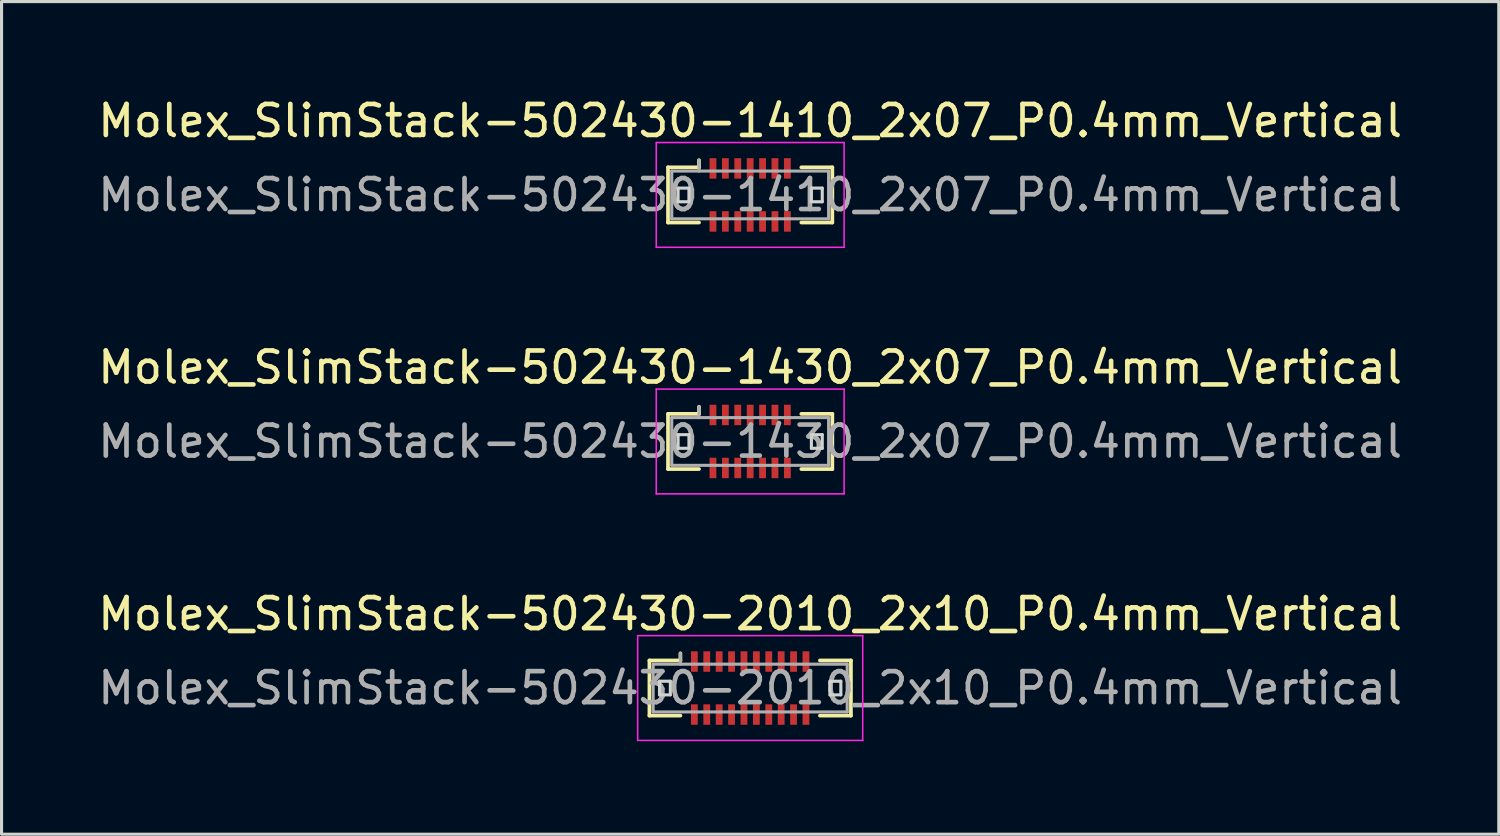
<source format=kicad_pcb>
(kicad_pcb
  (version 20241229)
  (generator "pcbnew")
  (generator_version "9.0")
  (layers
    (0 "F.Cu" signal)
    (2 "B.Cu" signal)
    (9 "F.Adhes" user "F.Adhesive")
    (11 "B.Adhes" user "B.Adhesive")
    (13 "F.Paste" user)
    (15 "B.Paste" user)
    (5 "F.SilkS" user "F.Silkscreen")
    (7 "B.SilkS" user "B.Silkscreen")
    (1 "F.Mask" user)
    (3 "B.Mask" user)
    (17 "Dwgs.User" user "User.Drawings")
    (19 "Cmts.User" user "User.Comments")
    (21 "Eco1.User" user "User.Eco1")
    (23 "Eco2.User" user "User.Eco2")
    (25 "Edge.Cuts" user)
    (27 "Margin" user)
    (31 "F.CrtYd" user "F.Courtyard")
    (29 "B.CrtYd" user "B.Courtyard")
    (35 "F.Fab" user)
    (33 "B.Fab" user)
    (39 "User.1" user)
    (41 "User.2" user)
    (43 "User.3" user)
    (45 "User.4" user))
  (footprint "Molex_SlimStack-502430-1410_2x07_P0.4mm_Vertical"
    (layer "F.Cu")
    (at 21.149 3.238)
    (property "Reference" "Molex_SlimStack-502430-1410_2x07_P0.4mm_Vertical" (at 0 -2.39 0) (layer "F.SilkS") (effects (font (size 1 1) (thickness 0.15))))
    (attr smd)
    (fp_line (start -2.65 -0.89) (end -1.65 -0.89) (stroke (width 0.12) (type solid)) (layer "F.SilkS"))
    (fp_line (start -2.65 0.89) (end -2.65 -0.89) (stroke (width 0.12) (type solid)) (layer "F.SilkS"))
    (fp_line (start -1.65 -0.89) (end -1.65 -1.12) (stroke (width 0.12) (type solid)) (layer "F.SilkS"))
    (fp_line (start -1.65 0.89) (end -2.65 0.89) (stroke (width 0.12) (type solid)) (layer "F.SilkS"))
    (fp_line (start 1.65 0.89) (end 2.65 0.89) (stroke (width 0.12) (type solid)) (layer "F.SilkS"))
    (fp_line (start 2.65 -0.89) (end 1.65 -0.89) (stroke (width 0.12) (type solid)) (layer "F.SilkS"))
    (fp_line (start 2.65 0.89) (end 2.65 -0.89) (stroke (width 0.12) (type solid)) (layer "F.SilkS"))
    (fp_line (start -2.325 -0.22) (end -2.325 0.22) (stroke (width 0.1) (type solid)) (layer "Edge.Cuts"))
    (fp_line (start -2.325 0.22) (end -1.975 0.22) (stroke (width 0.1) (type solid)) (layer "Edge.Cuts"))
    (fp_line (start -1.975 -0.22) (end -2.325 -0.22) (stroke (width 0.1) (type solid)) (layer "Edge.Cuts"))
    (fp_line (start -1.975 0.22) (end -1.975 -0.22) (stroke (width 0.1) (type solid)) (layer "Edge.Cuts"))
    (fp_line (start 1.975 -0.22) (end 1.975 0.22) (stroke (width 0.1) (type solid)) (layer "Edge.Cuts"))
    (fp_line (start 1.975 0.22) (end 2.325 0.22) (stroke (width 0.1) (type solid)) (layer "Edge.Cuts"))
    (fp_line (start 2.325 -0.22) (end 1.975 -0.22) (stroke (width 0.1) (type solid)) (layer "Edge.Cuts"))
    (fp_line (start 2.325 0.22) (end 2.325 -0.22) (stroke (width 0.1) (type solid)) (layer "Edge.Cuts"))
    (fp_line (start -3.03 -1.69) (end -3.03 1.69) (stroke (width 0.05) (type solid)) (layer "F.CrtYd"))
    (fp_line (start -3.03 1.69) (end 3.03 1.69) (stroke (width 0.05) (type solid)) (layer "F.CrtYd"))
    (fp_line (start 3.03 -1.69) (end -3.03 -1.69) (stroke (width 0.05) (type solid)) (layer "F.CrtYd"))
    (fp_line (start 3.03 1.69) (end 3.03 -1.69) (stroke (width 0.05) (type solid)) (layer "F.CrtYd"))
    (fp_line (start -2.53 -0.77) (end -2.53 0.77) (stroke (width 0.1) (type solid)) (layer "F.Fab"))
    (fp_line (start -2.53 0.77) (end 2.53 0.77) (stroke (width 0.1) (type solid)) (layer "F.Fab"))
    (fp_line (start -1.65 -0.77) (end -1.65 -1.12) (stroke (width 0.1) (type solid)) (layer "F.Fab"))
    (fp_line (start 2.53 -0.77) (end -2.53 -0.77) (stroke (width 0.1) (type solid)) (layer "F.Fab"))
    (fp_line (start 2.53 0.77) (end 2.53 -0.77) (stroke (width 0.1) (type solid)) (layer "F.Fab"))
    (fp_text user "${REFERENCE}" (at 0 0 0) (layer "F.Fab") (effects (font (size 1 1) (thickness 0.15))))
    (pad "1" smd rect (at -1.2 -0.855) (size 0.22 0.66) (layers "F.Cu" "F.Mask" "F.Paste"))
    (pad "2" smd rect (at -1.2 0.855) (size 0.22 0.66) (layers "F.Cu" "F.Mask" "F.Paste"))
    (pad "3" smd rect (at -0.8 -0.855) (size 0.22 0.66) (layers "F.Cu" "F.Mask" "F.Paste"))
    (pad "4" smd rect (at -0.8 0.855) (size 0.22 0.66) (layers "F.Cu" "F.Mask" "F.Paste"))
    (pad "5" smd rect (at -0.4 -0.855) (size 0.22 0.66) (layers "F.Cu" "F.Mask" "F.Paste"))
    (pad "6" smd rect (at -0.4 0.855) (size 0.22 0.66) (layers "F.Cu" "F.Mask" "F.Paste"))
    (pad "7" smd rect (at 0 -0.855) (size 0.22 0.66) (layers "F.Cu" "F.Mask" "F.Paste"))
    (pad "8" smd rect (at 0 0.855) (size 0.22 0.66) (layers "F.Cu" "F.Mask" "F.Paste"))
    (pad "9" smd rect (at 0.4 -0.855) (size 0.22 0.66) (layers "F.Cu" "F.Mask" "F.Paste"))
    (pad "10" smd rect (at 0.4 0.855) (size 0.22 0.66) (layers "F.Cu" "F.Mask" "F.Paste"))
    (pad "11" smd rect (at 0.8 -0.855) (size 0.22 0.66) (layers "F.Cu" "F.Mask" "F.Paste"))
    (pad "12" smd rect (at 0.8 0.855) (size 0.22 0.66) (layers "F.Cu" "F.Mask" "F.Paste"))
    (pad "13" smd rect (at 1.2 -0.855) (size 0.22 0.66) (layers "F.Cu" "F.Mask" "F.Paste"))
    (pad "14" smd rect (at 1.2 0.855) (size 0.22 0.66) (layers "F.Cu" "F.Mask" "F.Paste")))
  (footprint "Molex_SlimStack-502430-2010_2x10_P0.4mm_Vertical"
    (layer "F.Cu")
    (at 21.149 19.145)
    (property "Reference" "Molex_SlimStack-502430-2010_2x10_P0.4mm_Vertical" (at 0 -2.39 0) (layer "F.SilkS") (effects (font (size 1 1) (thickness 0.15))))
    (attr smd)
    (fp_line (start -3.25 -0.89) (end -2.25 -0.89) (stroke (width 0.12) (type solid)) (layer "F.SilkS"))
    (fp_line (start -3.25 0.89) (end -3.25 -0.89) (stroke (width 0.12) (type solid)) (layer "F.SilkS"))
    (fp_line (start -2.25 -0.89) (end -2.25 -1.12) (stroke (width 0.12) (type solid)) (layer "F.SilkS"))
    (fp_line (start -2.25 0.89) (end -3.25 0.89) (stroke (width 0.12) (type solid)) (layer "F.SilkS"))
    (fp_line (start 2.25 0.89) (end 3.25 0.89) (stroke (width 0.12) (type solid)) (layer "F.SilkS"))
    (fp_line (start 3.25 -0.89) (end 2.25 -0.89) (stroke (width 0.12) (type solid)) (layer "F.SilkS"))
    (fp_line (start 3.25 0.89) (end 3.25 -0.89) (stroke (width 0.12) (type solid)) (layer "F.SilkS"))
    (fp_line (start -2.925 -0.22) (end -2.925 0.22) (stroke (width 0.1) (type solid)) (layer "Edge.Cuts"))
    (fp_line (start -2.925 0.22) (end -2.575 0.22) (stroke (width 0.1) (type solid)) (layer "Edge.Cuts"))
    (fp_line (start -2.575 -0.22) (end -2.925 -0.22) (stroke (width 0.1) (type solid)) (layer "Edge.Cuts"))
    (fp_line (start -2.575 0.22) (end -2.575 -0.22) (stroke (width 0.1) (type solid)) (layer "Edge.Cuts"))
    (fp_line (start 2.575 -0.22) (end 2.575 0.22) (stroke (width 0.1) (type solid)) (layer "Edge.Cuts"))
    (fp_line (start 2.575 0.22) (end 2.925 0.22) (stroke (width 0.1) (type solid)) (layer "Edge.Cuts"))
    (fp_line (start 2.925 -0.22) (end 2.575 -0.22) (stroke (width 0.1) (type solid)) (layer "Edge.Cuts"))
    (fp_line (start 2.925 0.22) (end 2.925 -0.22) (stroke (width 0.1) (type solid)) (layer "Edge.Cuts"))
    (fp_line (start -3.63 -1.69) (end -3.63 1.69) (stroke (width 0.05) (type solid)) (layer "F.CrtYd"))
    (fp_line (start -3.63 1.69) (end 3.63 1.69) (stroke (width 0.05) (type solid)) (layer "F.CrtYd"))
    (fp_line (start 3.63 -1.69) (end -3.63 -1.69) (stroke (width 0.05) (type solid)) (layer "F.CrtYd"))
    (fp_line (start 3.63 1.69) (end 3.63 -1.69) (stroke (width 0.05) (type solid)) (layer "F.CrtYd"))
    (fp_line (start -3.13 -0.77) (end -3.13 0.77) (stroke (width 0.1) (type solid)) (layer "F.Fab"))
    (fp_line (start -3.13 0.77) (end 3.13 0.77) (stroke (width 0.1) (type solid)) (layer "F.Fab"))
    (fp_line (start -2.25 -0.77) (end -2.25 -1.12) (stroke (width 0.1) (type solid)) (layer "F.Fab"))
    (fp_line (start 3.13 -0.77) (end -3.13 -0.77) (stroke (width 0.1) (type solid)) (layer "F.Fab"))
    (fp_line (start 3.13 0.77) (end 3.13 -0.77) (stroke (width 0.1) (type solid)) (layer "F.Fab"))
    (fp_text user "${REFERENCE}" (at 0 0 0) (layer "F.Fab") (effects (font (size 1 1) (thickness 0.15))))
    (pad "1" smd rect (at -1.8 -0.855) (size 0.22 0.66) (layers "F.Cu" "F.Mask" "F.Paste"))
    (pad "2" smd rect (at -1.8 0.855) (size 0.22 0.66) (layers "F.Cu" "F.Mask" "F.Paste"))
    (pad "3" smd rect (at -1.4 -0.855) (size 0.22 0.66) (layers "F.Cu" "F.Mask" "F.Paste"))
    (pad "4" smd rect (at -1.4 0.855) (size 0.22 0.66) (layers "F.Cu" "F.Mask" "F.Paste"))
    (pad "5" smd rect (at -1 -0.855) (size 0.22 0.66) (layers "F.Cu" "F.Mask" "F.Paste"))
    (pad "6" smd rect (at -1 0.855) (size 0.22 0.66) (layers "F.Cu" "F.Mask" "F.Paste"))
    (pad "7" smd rect (at -0.6 -0.855) (size 0.22 0.66) (layers "F.Cu" "F.Mask" "F.Paste"))
    (pad "8" smd rect (at -0.6 0.855) (size 0.22 0.66) (layers "F.Cu" "F.Mask" "F.Paste"))
    (pad "9" smd rect (at -0.2 -0.855) (size 0.22 0.66) (layers "F.Cu" "F.Mask" "F.Paste"))
    (pad "10" smd rect (at -0.2 0.855) (size 0.22 0.66) (layers "F.Cu" "F.Mask" "F.Paste"))
    (pad "11" smd rect (at 0.2 -0.855) (size 0.22 0.66) (layers "F.Cu" "F.Mask" "F.Paste"))
    (pad "12" smd rect (at 0.2 0.855) (size 0.22 0.66) (layers "F.Cu" "F.Mask" "F.Paste"))
    (pad "13" smd rect (at 0.6 -0.855) (size 0.22 0.66) (layers "F.Cu" "F.Mask" "F.Paste"))
    (pad "14" smd rect (at 0.6 0.855) (size 0.22 0.66) (layers "F.Cu" "F.Mask" "F.Paste"))
    (pad "15" smd rect (at 1 -0.855) (size 0.22 0.66) (layers "F.Cu" "F.Mask" "F.Paste"))
    (pad "16" smd rect (at 1 0.855) (size 0.22 0.66) (layers "F.Cu" "F.Mask" "F.Paste"))
    (pad "17" smd rect (at 1.4 -0.855) (size 0.22 0.66) (layers "F.Cu" "F.Mask" "F.Paste"))
    (pad "18" smd rect (at 1.4 0.855) (size 0.22 0.66) (layers "F.Cu" "F.Mask" "F.Paste"))
    (pad "19" smd rect (at 1.8 -0.855) (size 0.22 0.66) (layers "F.Cu" "F.Mask" "F.Paste"))
    (pad "20" smd rect (at 1.8 0.855) (size 0.22 0.66) (layers "F.Cu" "F.Mask" "F.Paste")))
  (footprint "Molex_SlimStack-502430-1430_2x07_P0.4mm_Vertical"
    (layer "F.Cu")
    (at 21.149 11.191)
    (property "Reference" "Molex_SlimStack-502430-1430_2x07_P0.4mm_Vertical" (at 0 -2.39 0) (layer "F.SilkS") (effects (font (size 1 1) (thickness 0.15))))
    (attr smd)
    (fp_line (start -2.65 -0.89) (end -1.65 -0.89) (stroke (width 0.12) (type solid)) (layer "F.SilkS"))
    (fp_line (start -2.65 0.89) (end -2.65 -0.89) (stroke (width 0.12) (type solid)) (layer "F.SilkS"))
    (fp_line (start -1.65 -0.89) (end -1.65 -1.12) (stroke (width 0.12) (type solid)) (layer "F.SilkS"))
    (fp_line (start -1.65 0.89) (end -2.65 0.89) (stroke (width 0.12) (type solid)) (layer "F.SilkS"))
    (fp_line (start 1.65 0.89) (end 2.65 0.89) (stroke (width 0.12) (type solid)) (layer "F.SilkS"))
    (fp_line (start 2.65 -0.89) (end 1.65 -0.89) (stroke (width 0.12) (type solid)) (layer "F.SilkS"))
    (fp_line (start 2.65 0.89) (end 2.65 -0.89) (stroke (width 0.12) (type solid)) (layer "F.SilkS"))
    (fp_line (start -2.325 -0.22) (end -2.325 0.22) (stroke (width 0.1) (type solid)) (layer "Edge.Cuts"))
    (fp_line (start -2.325 0.22) (end -1.975 0.22) (stroke (width 0.1) (type solid)) (layer "Edge.Cuts"))
    (fp_line (start -1.975 -0.22) (end -2.325 -0.22) (stroke (width 0.1) (type solid)) (layer "Edge.Cuts"))
    (fp_line (start -1.975 0.22) (end -1.975 -0.22) (stroke (width 0.1) (type solid)) (layer "Edge.Cuts"))
    (fp_line (start 1.975 -0.22) (end 1.975 0.22) (stroke (width 0.1) (type solid)) (layer "Edge.Cuts"))
    (fp_line (start 1.975 0.22) (end 2.325 0.22) (stroke (width 0.1) (type solid)) (layer "Edge.Cuts"))
    (fp_line (start 2.325 -0.22) (end 1.975 -0.22) (stroke (width 0.1) (type solid)) (layer "Edge.Cuts"))
    (fp_line (start 2.325 0.22) (end 2.325 -0.22) (stroke (width 0.1) (type solid)) (layer "Edge.Cuts"))
    (fp_line (start -3.03 -1.69) (end -3.03 1.69) (stroke (width 0.05) (type solid)) (layer "F.CrtYd"))
    (fp_line (start -3.03 1.69) (end 3.03 1.69) (stroke (width 0.05) (type solid)) (layer "F.CrtYd"))
    (fp_line (start 3.03 -1.69) (end -3.03 -1.69) (stroke (width 0.05) (type solid)) (layer "F.CrtYd"))
    (fp_line (start 3.03 1.69) (end 3.03 -1.69) (stroke (width 0.05) (type solid)) (layer "F.CrtYd"))
    (fp_line (start -2.53 -0.77) (end -2.53 0.77) (stroke (width 0.1) (type solid)) (layer "F.Fab"))
    (fp_line (start -2.53 0.77) (end 2.53 0.77) (stroke (width 0.1) (type solid)) (layer "F.Fab"))
    (fp_line (start -1.65 -0.77) (end -1.65 -1.12) (stroke (width 0.1) (type solid)) (layer "F.Fab"))
    (fp_line (start 2.53 -0.77) (end -2.53 -0.77) (stroke (width 0.1) (type solid)) (layer "F.Fab"))
    (fp_line (start 2.53 0.77) (end 2.53 -0.77) (stroke (width 0.1) (type solid)) (layer "F.Fab"))
    (fp_text user "${REFERENCE}" (at 0 0 0) (layer "F.Fab") (effects (font (size 1 1) (thickness 0.15))))
    (pad "1" smd rect (at -1.2 -0.855) (size 0.22 0.66) (layers "F.Cu" "F.Mask" "F.Paste"))
    (pad "2" smd rect (at -1.2 0.855) (size 0.22 0.66) (layers "F.Cu" "F.Mask" "F.Paste"))
    (pad "3" smd rect (at -0.8 -0.855) (size 0.22 0.66) (layers "F.Cu" "F.Mask" "F.Paste"))
    (pad "4" smd rect (at -0.8 0.855) (size 0.22 0.66) (layers "F.Cu" "F.Mask" "F.Paste"))
    (pad "5" smd rect (at -0.4 -0.855) (size 0.22 0.66) (layers "F.Cu" "F.Mask" "F.Paste"))
    (pad "6" smd rect (at -0.4 0.855) (size 0.22 0.66) (layers "F.Cu" "F.Mask" "F.Paste"))
    (pad "7" smd rect (at 0 -0.855) (size 0.22 0.66) (layers "F.Cu" "F.Mask" "F.Paste"))
    (pad "8" smd rect (at 0 0.855) (size 0.22 0.66) (layers "F.Cu" "F.Mask" "F.Paste"))
    (pad "9" smd rect (at 0.4 -0.855) (size 0.22 0.66) (layers "F.Cu" "F.Mask" "F.Paste"))
    (pad "10" smd rect (at 0.4 0.855) (size 0.22 0.66) (layers "F.Cu" "F.Mask" "F.Paste"))
    (pad "11" smd rect (at 0.8 -0.855) (size 0.22 0.66) (layers "F.Cu" "F.Mask" "F.Paste"))
    (pad "12" smd rect (at 0.8 0.855) (size 0.22 0.66) (layers "F.Cu" "F.Mask" "F.Paste"))
    (pad "13" smd rect (at 1.2 -0.855) (size 0.22 0.66) (layers "F.Cu" "F.Mask" "F.Paste"))
    (pad "14" smd rect (at 1.2 0.855) (size 0.22 0.66) (layers "F.Cu" "F.Mask" "F.Paste")))
  (gr_rect
    (start -3 -3)
    (end 45.298 23.86)
    (stroke (width 0.1) (type default))
    (fill no)
    (layer "Edge.Cuts")))
</source>
